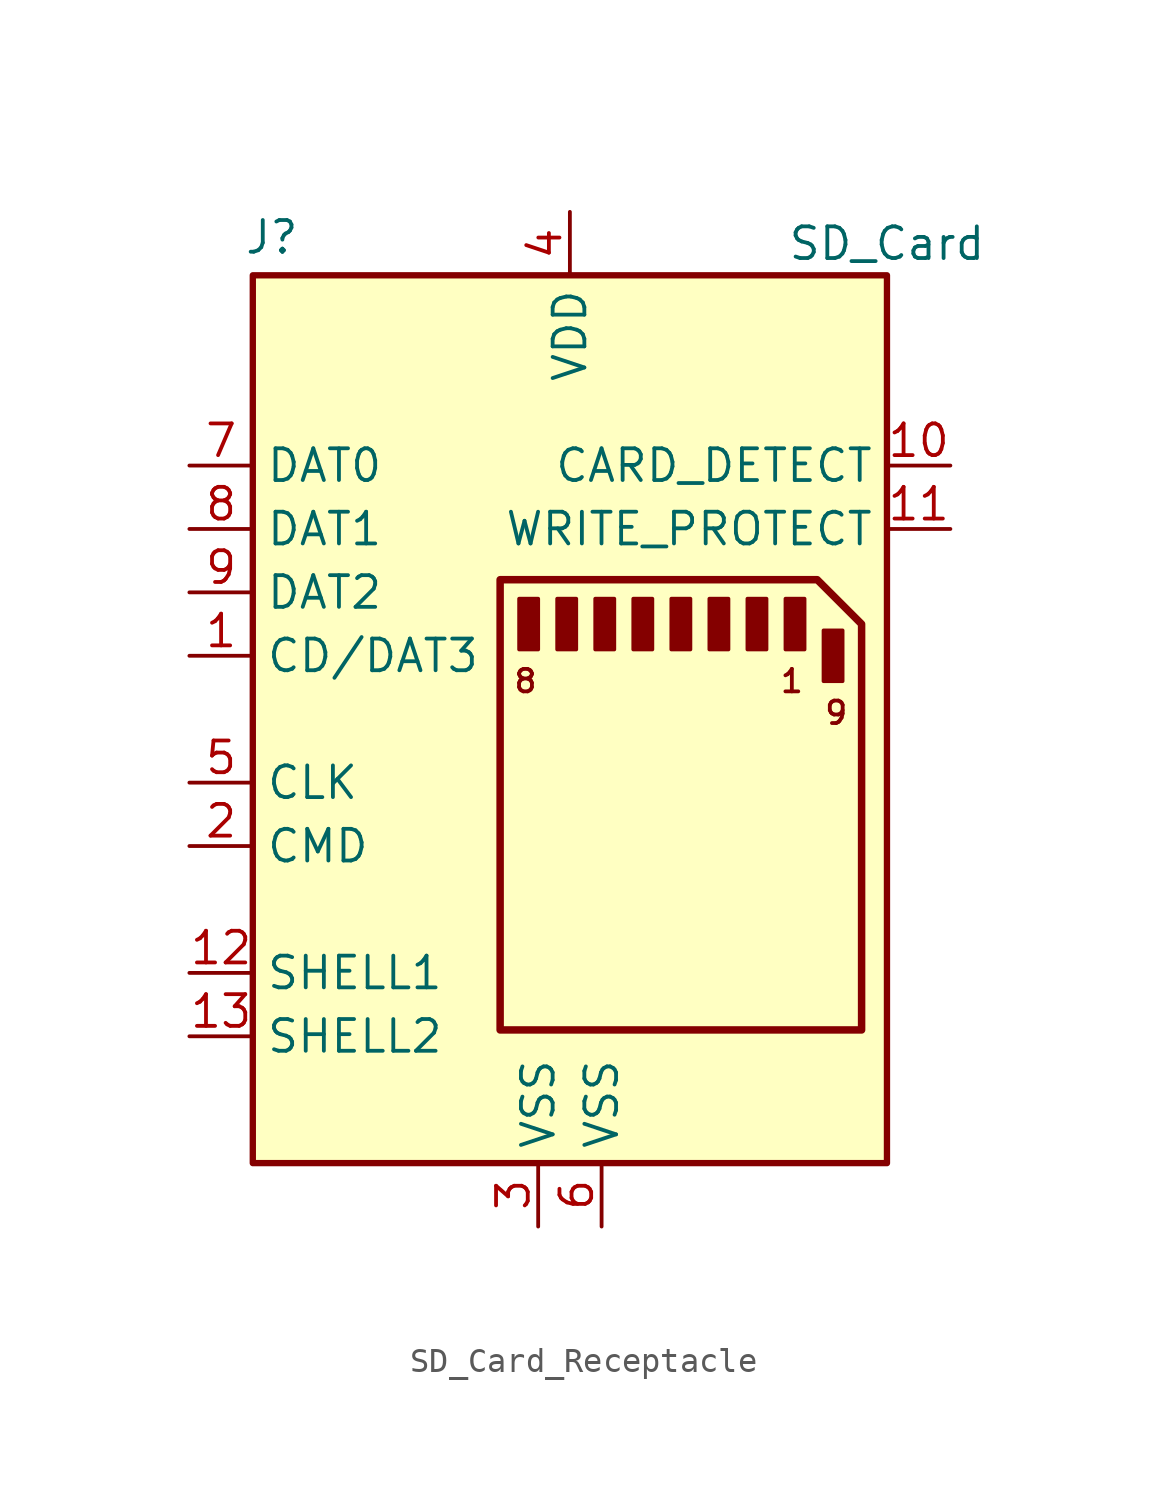
<source format=kicad_sym>
(kicad_symbol_lib
  (version 20241209)
  (generator "kicad_symbol_editor")
  (generator_version "9.0")
  (symbol "SD_Card_Receptacle"
    (property "Reference" "J"
      (at -11.938 19.304 0)
      (effects (font (size 1.27 1.27))))
    (property "Value" "SD_Card"
      (at 12.7 19.05 0)
      (effects (font (size 1.27 1.27))))
    (symbol "SD_Card_Receptacle_0_1"
      (rectangle (start -2.032 2.794) (end -1.27 4.826) (stroke (width 0) (type default)) (fill (type outline)))
      (rectangle (start -0.508 2.794) (end 0.254 4.826) (stroke (width 0) (type default)) (fill (type outline)))
      (rectangle (start 1.016 2.794) (end 1.778 4.826) (stroke (width 0) (type default)) (fill (type outline)))
      (rectangle (start 2.54 2.794) (end 3.302 4.826) (stroke (width 0) (type default)) (fill (type outline)))
      (rectangle (start 4.064 2.794) (end 4.826 4.826) (stroke (width 0) (type default)) (fill (type outline)))
      (rectangle (start 5.588 2.794) (end 6.35 4.826) (stroke (width 0) (type default)) (fill (type outline)))
      (rectangle (start 7.112 2.794) (end 7.874 4.826) (stroke (width 0) (type default)) (fill (type outline)))
      (rectangle (start 8.636 2.794) (end 9.398 4.826) (stroke (width 0) (type default)) (fill (type outline)))
      (rectangle (start 10.16 1.524) (end 10.922 3.556) (stroke (width 0) (type default)) (fill (type outline))))
    (symbol "SD_Card_Receptacle_1_1"
      (rectangle (start -12.7 17.78) (end 12.7 -17.78) (stroke (width 0.254) (type default)) (fill (type background)))
      (polyline (pts (xy 9.906 5.588) (xy -2.794 5.588) (xy -2.794 -12.446) (xy 11.684 -12.446) (xy 11.684 3.81) (xy 9.906 5.588)) (stroke (width 0.3) (type default)) (fill (type none)))
      (text "8" (at -1.778 1.524 0) (effects (font (size 0.9 0.9))))
      (text "1" (at 8.89 1.524 0) (effects (font (size 0.9 0.9))))
      (text "9" (at 10.668 0.254 0) (effects (font (size 0.9 0.9))))
      (pin bidirectional line (at -15.24 10.16 0) (length 2.54) (name "DAT0" (effects (font (size 1.27 1.27)))) (number "7" (effects (font (size 1.27 1.27)))))
      (pin bidirectional line (at -15.24 7.62 0) (length 2.54) (name "DAT1" (effects (font (size 1.27 1.27)))) (number "8" (effects (font (size 1.27 1.27)))))
      (pin bidirectional line (at -15.24 5.08 0) (length 2.54) (name "DAT2" (effects (font (size 1.27 1.27)))) (number "9" (effects (font (size 1.27 1.27)))))
      (pin bidirectional line (at -15.24 2.54 0) (length 2.54) (name "CD/DAT3" (effects (font (size 1.27 1.27)))) (number "1" (effects (font (size 1.27 1.27)))))
      (pin input line (at -15.24 -2.54 0) (length 2.54) (name "CLK" (effects (font (size 1.27 1.27)))) (number "5" (effects (font (size 1.27 1.27)))))
      (pin bidirectional line (at -15.24 -5.08 0) (length 2.54) (name "CMD" (effects (font (size 1.27 1.27)))) (number "2" (effects (font (size 1.27 1.27)))))
      (pin passive line (at -15.24 -10.16 0) (length 2.54) (name "SHELL1" (effects (font (size 1.27 1.27)))) (number "12" (effects (font (size 1.27 1.27)))))
      (pin passive line (at -15.24 -12.7 0) (length 2.54) (name "SHELL2" (effects (font (size 1.27 1.27)))) (number "13" (effects (font (size 1.27 1.27)))))
      (pin power_in line (at -1.27 -20.32 90) (length 2.54) (name "VSS" (effects (font (size 1.27 1.27)))) (number "3" (effects (font (size 1.27 1.27)))))
      (pin power_in line (at 0 20.32 270) (length 2.54) (name "VDD" (effects (font (size 1.27 1.27)))) (number "4" (effects (font (size 1.27 1.27)))))
      (pin passive line (at 1.27 -20.32 90) (length 2.54) (name "VSS" (effects (font (size 1.27 1.27)))) (number "6" (effects (font (size 1.27 1.27)))))
      (pin output line (at 15.24 10.16 180) (length 2.54) (name "CARD_DETECT" (effects (font (size 1.27 1.27)))) (number "10" (effects (font (size 1.27 1.27)))))
      (pin output line (at 15.24 7.62 180) (length 2.54) (name "WRITE_PROTECT" (effects (font (size 1.27 1.27)))) (number "11" (effects (font (size 1.27 1.27))))))))
</source>
